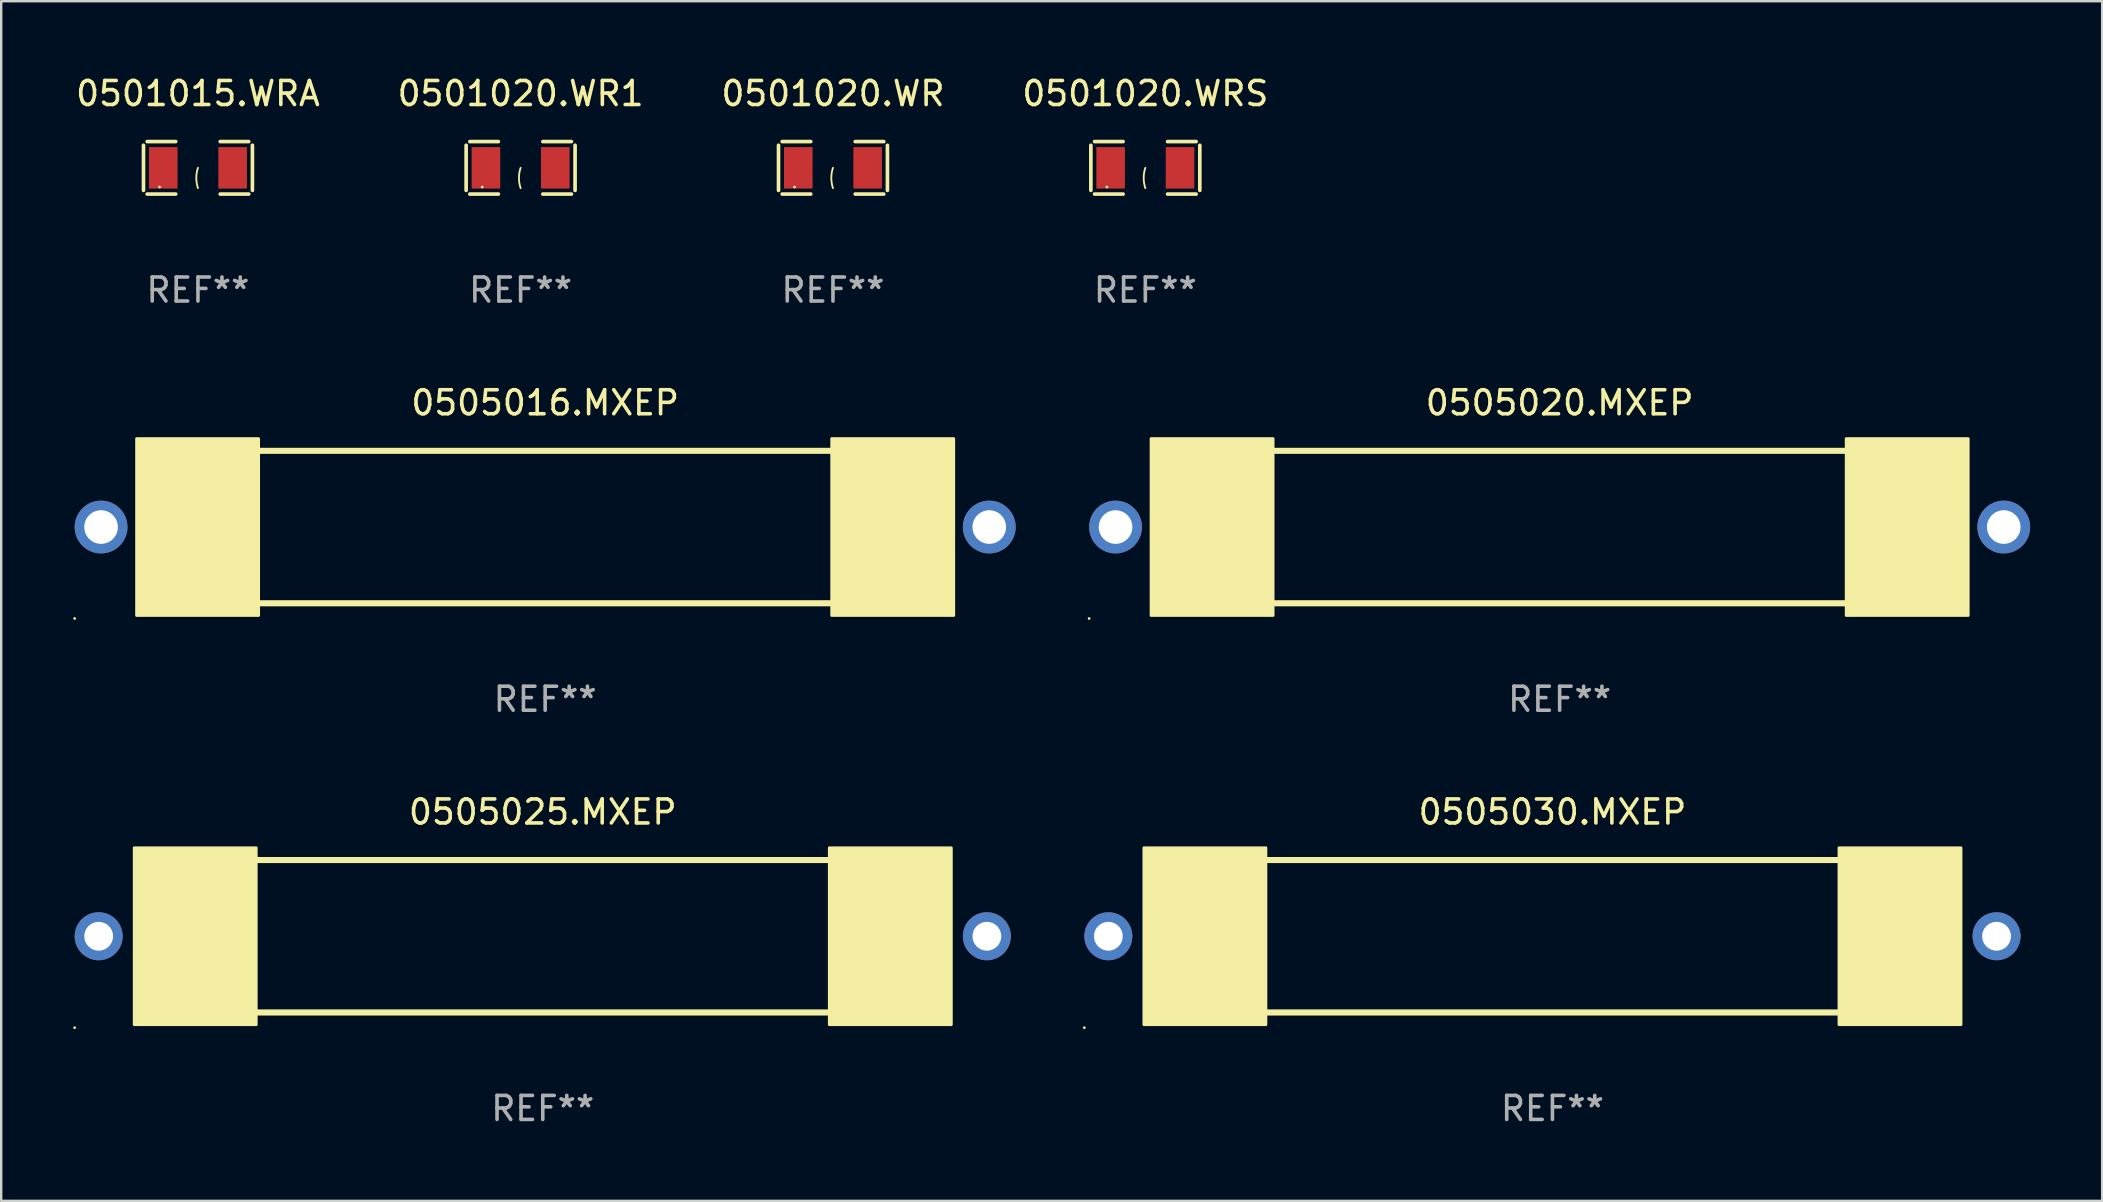
<source format=kicad_pcb>
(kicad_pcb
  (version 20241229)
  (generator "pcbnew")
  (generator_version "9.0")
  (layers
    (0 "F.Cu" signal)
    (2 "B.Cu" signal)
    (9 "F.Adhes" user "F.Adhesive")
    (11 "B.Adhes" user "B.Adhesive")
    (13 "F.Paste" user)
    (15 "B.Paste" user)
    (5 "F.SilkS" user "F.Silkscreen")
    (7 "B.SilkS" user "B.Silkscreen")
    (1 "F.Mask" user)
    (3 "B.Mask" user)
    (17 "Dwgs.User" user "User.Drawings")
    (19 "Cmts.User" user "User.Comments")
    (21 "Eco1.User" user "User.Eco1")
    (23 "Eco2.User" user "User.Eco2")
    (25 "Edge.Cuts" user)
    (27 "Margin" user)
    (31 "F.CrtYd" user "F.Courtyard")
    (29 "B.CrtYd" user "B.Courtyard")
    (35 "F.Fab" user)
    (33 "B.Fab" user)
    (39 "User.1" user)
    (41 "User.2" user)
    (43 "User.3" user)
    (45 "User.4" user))
  (footprint "0501020.WR1"
    (layer "F.Cu")
    (at 18.637 3.941)
    (property "Reference" "0501020.WR1" (at 0 -3.093 0) (layer "F.SilkS") (effects (font (size 1 1) (thickness 0.15))))
    (attr through_hole)
    (fp_line (start -2.269 -0.94) (end -2.269 0.94) (stroke (width 0.152) (type solid)) (layer "F.SilkS"))
    (fp_line (start -2.116 1.093) (end -0.926 1.093) (stroke (width 0.152) (type solid)) (layer "F.SilkS"))
    (fp_line (start -0.926 -1.093) (end -2.116 -1.093) (stroke (width 0.152) (type solid)) (layer "F.SilkS"))
    (fp_line (start 0.926 -1.093) (end 2.116 -1.093) (stroke (width 0.152) (type solid)) (layer "F.SilkS"))
    (fp_line (start 2.116 1.093) (end 0.926 1.093) (stroke (width 0.152) (type solid)) (layer "F.SilkS"))
    (fp_line (start 2.269 -0.94) (end 2.269 0.94) (stroke (width 0.152) (type solid)) (layer "F.SilkS"))
    (fp_arc (start 0 0.844951) (mid -0.068559 0.422475) (end 0 0) (stroke (width 0.0762) (type solid)) (layer "F.SilkS"))
    (fp_circle (center -1.6 0.8) (end -1.57 0.8) (stroke (width 0.06) (type solid)) (fill no) (layer "F.SilkS"))
    (fp_text user "REF**" (at 0 5.093 0) (layer "F.Fab") (effects (font (size 1 1) (thickness 0.15))))
    (pad "1" smd rect (at -1.445 0) (size 1.19 1.728) (layers "F.Cu" "F.Mask" "F.Paste"))
    (pad "2" smd rect (at 1.445 0) (size 1.19 1.728) (layers "F.Cu" "F.Mask" "F.Paste")))
  (footprint "0505020.MXEP"
    (layer "F.Cu")
    (at 61.92 18.905)
    (property "Reference" "0505020.MXEP" (at 0 -5.175 0) (layer "F.SilkS") (effects (font (size 1 1) (thickness 0.15))))
    (attr through_hole)
    (fp_line (start -11.938 -3.175) (end 11.938 -3.175) (stroke (width 0.254) (type solid)) (layer "F.SilkS"))
    (fp_line (start -11.938 3.175) (end 11.938 3.175) (stroke (width 0.254) (type solid)) (layer "F.SilkS"))
    (fp_circle (center -19.6 3.81) (end -19.57 3.81) (stroke (width 0.06) (type solid)) (fill no) (layer "F.SilkS"))
    (fp_poly (pts (xy -17.018 -3.683) (xy -11.938 -3.683) (xy -11.938 3.683) (xy -17.018 3.683)) (stroke (width 0.12) (type solid)) (fill yes) (layer "F.SilkS"))
    (fp_poly (pts (xy 11.938 -3.683) (xy 17.018 -3.683) (xy 17.018 3.683) (xy 11.938 3.683)) (stroke (width 0.12) (type solid)) (fill yes) (layer "F.SilkS"))
    (fp_text user "REF**" (at 0 7.175 0) (layer "F.Fab") (effects (font (size 1 1) (thickness 0.15))))
    (pad "1" thru_hole circle (at -18.5 0) (size 2.2 2.2) (drill 1.4) (layers "*.Cu" "*.Mask"))
    (pad "2" thru_hole circle (at 18.5 0) (size 2.2 2.2) (drill 1.4) (layers "*.Cu" "*.Mask")))
  (footprint "0505016.MXEP"
    (layer "F.Cu")
    (at 19.66 18.905)
    (property "Reference" "0505016.MXEP" (at 0 -5.175 0) (layer "F.SilkS") (effects (font (size 1 1) (thickness 0.15))))
    (attr through_hole)
    (fp_line (start -11.938 -3.175) (end 11.938 -3.175) (stroke (width 0.254) (type solid)) (layer "F.SilkS"))
    (fp_line (start -11.938 3.175) (end 11.938 3.175) (stroke (width 0.254) (type solid)) (layer "F.SilkS"))
    (fp_circle (center -19.6 3.81) (end -19.57 3.81) (stroke (width 0.06) (type solid)) (fill no) (layer "F.SilkS"))
    (fp_poly (pts (xy -17.018 -3.683) (xy -11.938 -3.683) (xy -11.938 3.683) (xy -17.018 3.683)) (stroke (width 0.12) (type solid)) (fill yes) (layer "F.SilkS"))
    (fp_poly (pts (xy 11.938 -3.683) (xy 17.018 -3.683) (xy 17.018 3.683) (xy 11.938 3.683)) (stroke (width 0.12) (type solid)) (fill yes) (layer "F.SilkS"))
    (fp_text user "REF**" (at 0 7.175 0) (layer "F.Fab") (effects (font (size 1 1) (thickness 0.15))))
    (pad "1" thru_hole circle (at -18.5 0) (size 2.2 2.2) (drill 1.4) (layers "*.Cu" "*.Mask"))
    (pad "2" thru_hole circle (at 18.5 0) (size 2.2 2.2) (drill 1.4) (layers "*.Cu" "*.Mask")))
  (footprint "0505030.MXEP"
    (layer "F.Cu")
    (at 61.62 35.951)
    (property "Reference" "0505030.MXEP" (at 0 -5.175 0) (layer "F.SilkS") (effects (font (size 1 1) (thickness 0.15))))
    (attr through_hole)
    (fp_line (start -11.938 -3.175) (end 11.938 -3.175) (stroke (width 0.254) (type solid)) (layer "F.SilkS"))
    (fp_line (start -11.938 3.175) (end 11.938 3.175) (stroke (width 0.254) (type solid)) (layer "F.SilkS"))
    (fp_circle (center -19.5 3.81) (end -19.47 3.81) (stroke (width 0.06) (type solid)) (fill no) (layer "F.SilkS"))
    (fp_poly (pts (xy -17.018 -3.683) (xy -11.938 -3.683) (xy -11.938 3.683) (xy -17.018 3.683)) (stroke (width 0.12) (type solid)) (fill yes) (layer "F.SilkS"))
    (fp_poly (pts (xy 11.938 -3.683) (xy 17.018 -3.683) (xy 17.018 3.683) (xy 11.938 3.683)) (stroke (width 0.12) (type solid)) (fill yes) (layer "F.SilkS"))
    (fp_text user "REF**" (at 0 7.175 0) (layer "F.Fab") (effects (font (size 1 1) (thickness 0.15))))
    (pad "1" thru_hole circle (at -18.5 0) (size 2 2) (drill 1.2) (layers "*.Cu" "*.Mask"))
    (pad "2" thru_hole circle (at 18.5 0) (size 2 2) (drill 1.2) (layers "*.Cu" "*.Mask")))
  (footprint "0501015.WRA"
    (layer "F.Cu")
    (at 5.196 3.941)
    (property "Reference" "0501015.WRA" (at 0 -3.093 0) (layer "F.SilkS") (effects (font (size 1 1) (thickness 0.15))))
    (attr through_hole)
    (fp_line (start -2.269 -0.94) (end -2.269 0.94) (stroke (width 0.152) (type solid)) (layer "F.SilkS"))
    (fp_line (start -2.116 1.093) (end -0.926 1.093) (stroke (width 0.152) (type solid)) (layer "F.SilkS"))
    (fp_line (start -0.926 -1.093) (end -2.116 -1.093) (stroke (width 0.152) (type solid)) (layer "F.SilkS"))
    (fp_line (start 0.926 -1.093) (end 2.116 -1.093) (stroke (width 0.152) (type solid)) (layer "F.SilkS"))
    (fp_line (start 2.116 1.093) (end 0.926 1.093) (stroke (width 0.152) (type solid)) (layer "F.SilkS"))
    (fp_line (start 2.269 -0.94) (end 2.269 0.94) (stroke (width 0.152) (type solid)) (layer "F.SilkS"))
    (fp_arc (start 0 0.844951) (mid -0.068559 0.422475) (end 0 0) (stroke (width 0.0762) (type solid)) (layer "F.SilkS"))
    (fp_circle (center -1.6 0.8) (end -1.57 0.8) (stroke (width 0.06) (type solid)) (fill no) (layer "F.SilkS"))
    (fp_text user "REF**" (at 0 5.093 0) (layer "F.Fab") (effects (font (size 1 1) (thickness 0.15))))
    (pad "1" smd rect (at -1.445 0) (size 1.19 1.728) (layers "F.Cu" "F.Mask" "F.Paste"))
    (pad "2" smd rect (at 1.445 0) (size 1.19 1.728) (layers "F.Cu" "F.Mask" "F.Paste")))
  (footprint "0501020.WR"
    (layer "F.Cu")
    (at 31.649 3.941)
    (property "Reference" "0501020.WR" (at 0 -3.093 0) (layer "F.SilkS") (effects (font (size 1 1) (thickness 0.15))))
    (attr through_hole)
    (fp_line (start -2.269 -0.94) (end -2.269 0.94) (stroke (width 0.152) (type solid)) (layer "F.SilkS"))
    (fp_line (start -2.116 1.093) (end -0.926 1.093) (stroke (width 0.152) (type solid)) (layer "F.SilkS"))
    (fp_line (start -0.926 -1.093) (end -2.116 -1.093) (stroke (width 0.152) (type solid)) (layer "F.SilkS"))
    (fp_line (start 0.926 -1.093) (end 2.116 -1.093) (stroke (width 0.152) (type solid)) (layer "F.SilkS"))
    (fp_line (start 2.116 1.093) (end 0.926 1.093) (stroke (width 0.152) (type solid)) (layer "F.SilkS"))
    (fp_line (start 2.269 -0.94) (end 2.269 0.94) (stroke (width 0.152) (type solid)) (layer "F.SilkS"))
    (fp_arc (start 0 0.844951) (mid -0.068559 0.422475) (end 0 0) (stroke (width 0.0762) (type solid)) (layer "F.SilkS"))
    (fp_circle (center -1.6 0.8) (end -1.57 0.8) (stroke (width 0.06) (type solid)) (fill no) (layer "F.SilkS"))
    (fp_text user "REF**" (at 0 5.093 0) (layer "F.Fab") (effects (font (size 1 1) (thickness 0.15))))
    (pad "1" smd rect (at -1.445 0) (size 1.19 1.728) (layers "F.Cu" "F.Mask" "F.Paste"))
    (pad "2" smd rect (at 1.445 0) (size 1.19 1.728) (layers "F.Cu" "F.Mask" "F.Paste")))
  (footprint "0505025.MXEP"
    (layer "F.Cu")
    (at 19.56 35.951)
    (property "Reference" "0505025.MXEP" (at 0 -5.175 0) (layer "F.SilkS") (effects (font (size 1 1) (thickness 0.15))))
    (attr through_hole)
    (fp_line (start -11.938 -3.175) (end 11.938 -3.175) (stroke (width 0.254) (type solid)) (layer "F.SilkS"))
    (fp_line (start -11.938 3.175) (end 11.938 3.175) (stroke (width 0.254) (type solid)) (layer "F.SilkS"))
    (fp_circle (center -19.5 3.81) (end -19.47 3.81) (stroke (width 0.06) (type solid)) (fill no) (layer "F.SilkS"))
    (fp_poly (pts (xy -17.018 -3.683) (xy -11.938 -3.683) (xy -11.938 3.683) (xy -17.018 3.683)) (stroke (width 0.12) (type solid)) (fill yes) (layer "F.SilkS"))
    (fp_poly (pts (xy 11.938 -3.683) (xy 17.018 -3.683) (xy 17.018 3.683) (xy 11.938 3.683)) (stroke (width 0.12) (type solid)) (fill yes) (layer "F.SilkS"))
    (fp_text user "REF**" (at 0 7.175 0) (layer "F.Fab") (effects (font (size 1 1) (thickness 0.15))))
    (pad "1" thru_hole circle (at -18.5 0) (size 2 2) (drill 1.2) (layers "*.Cu" "*.Mask"))
    (pad "2" thru_hole circle (at 18.5 0) (size 2 2) (drill 1.2) (layers "*.Cu" "*.Mask")))
  (footprint "0501020.WRS"
    (layer "F.Cu")
    (at 44.661 3.941)
    (property "Reference" "0501020.WRS" (at 0 -3.093 0) (layer "F.SilkS") (effects (font (size 1 1) (thickness 0.15))))
    (attr through_hole)
    (fp_line (start -2.269 -0.94) (end -2.269 0.94) (stroke (width 0.152) (type solid)) (layer "F.SilkS"))
    (fp_line (start -2.116 1.093) (end -0.926 1.093) (stroke (width 0.152) (type solid)) (layer "F.SilkS"))
    (fp_line (start -0.926 -1.093) (end -2.116 -1.093) (stroke (width 0.152) (type solid)) (layer "F.SilkS"))
    (fp_line (start 0.926 -1.093) (end 2.116 -1.093) (stroke (width 0.152) (type solid)) (layer "F.SilkS"))
    (fp_line (start 2.116 1.093) (end 0.926 1.093) (stroke (width 0.152) (type solid)) (layer "F.SilkS"))
    (fp_line (start 2.269 -0.94) (end 2.269 0.94) (stroke (width 0.152) (type solid)) (layer "F.SilkS"))
    (fp_arc (start 0 0.844951) (mid -0.068559 0.422475) (end 0 0) (stroke (width 0.0762) (type solid)) (layer "F.SilkS"))
    (fp_circle (center -1.6 0.8) (end -1.57 0.8) (stroke (width 0.06) (type solid)) (fill no) (layer "F.SilkS"))
    (fp_text user "REF**" (at 0 5.093 0) (layer "F.Fab") (effects (font (size 1 1) (thickness 0.15))))
    (pad "1" smd rect (at -1.445 0) (size 1.19 1.728) (layers "F.Cu" "F.Mask" "F.Paste"))
    (pad "2" smd rect (at 1.445 0) (size 1.19 1.728) (layers "F.Cu" "F.Mask" "F.Paste")))
  (gr_rect
    (start -3 -3)
    (end 84.52 46.975)
    (stroke (width 0.1) (type default))
    (fill no)
    (layer "Edge.Cuts")))
</source>
